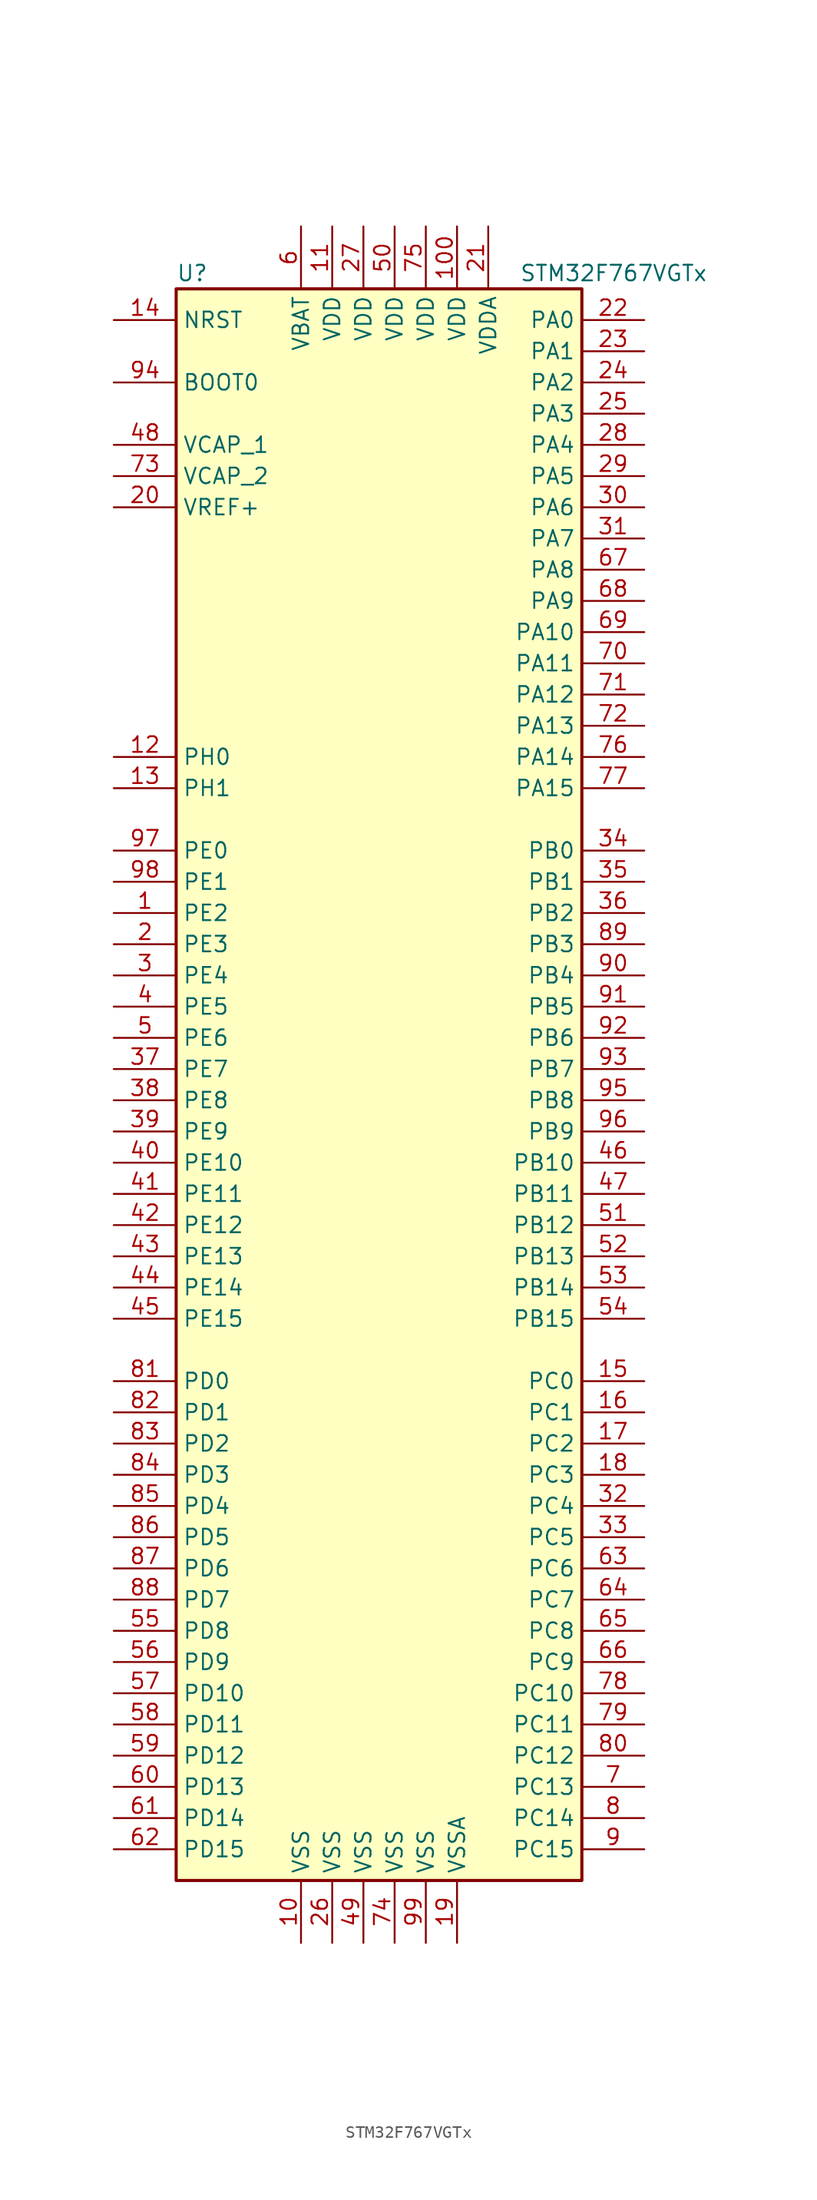
<source format=kicad_sym>
(kicad_symbol_lib
  (version 20201005)
  (generator kicad_symbol_editor)
  (symbol "STM32F767VGTx"
    (property "Reference" "U"
      (at -17.78 64.77 0)
      (effects (font (size 1.27 1.27)) (justify left)))
    (property "Value" "STM32F767VGTx"
      (at 10.16 64.77 0)
      (effects (font (size 1.27 1.27)) (justify left)))
    (symbol "STM32F767VGTx_0_1"
      (rectangle (start -17.78 -66.04) (end 15.24 63.5) (stroke (width 0.254)) (fill (type background))))
    (symbol "STM32F767VGTx_1_1"
      (pin input line (at -22.86 55.88 0) (length 5.08) (name "BOOT0" (effects (font (size 1.27 1.27)))) (number "94" (effects (font (size 1.27 1.27)))))
      (pin input line (at -22.86 60.96 0) (length 5.08) (name "NRST" (effects (font (size 1.27 1.27)))) (number "14" (effects (font (size 1.27 1.27)))))
      (pin bidirectional line (at 20.32 60.96 180) (length 5.08) (name "PA0" (effects (font (size 1.27 1.27)))) (number "22" (effects (font (size 1.27 1.27)))))
      (pin bidirectional line (at 20.32 58.42 180) (length 5.08) (name "PA1" (effects (font (size 1.27 1.27)))) (number "23" (effects (font (size 1.27 1.27)))))
      (pin bidirectional line (at 20.32 35.56 180) (length 5.08) (name "PA10" (effects (font (size 1.27 1.27)))) (number "69" (effects (font (size 1.27 1.27)))))
      (pin bidirectional line (at 20.32 33.02 180) (length 5.08) (name "PA11" (effects (font (size 1.27 1.27)))) (number "70" (effects (font (size 1.27 1.27)))))
      (pin bidirectional line (at 20.32 30.48 180) (length 5.08) (name "PA12" (effects (font (size 1.27 1.27)))) (number "71" (effects (font (size 1.27 1.27)))))
      (pin bidirectional line (at 20.32 27.94 180) (length 5.08) (name "PA13" (effects (font (size 1.27 1.27)))) (number "72" (effects (font (size 1.27 1.27)))))
      (pin bidirectional line (at 20.32 25.4 180) (length 5.08) (name "PA14" (effects (font (size 1.27 1.27)))) (number "76" (effects (font (size 1.27 1.27)))))
      (pin bidirectional line (at 20.32 22.86 180) (length 5.08) (name "PA15" (effects (font (size 1.27 1.27)))) (number "77" (effects (font (size 1.27 1.27)))))
      (pin bidirectional line (at 20.32 55.88 180) (length 5.08) (name "PA2" (effects (font (size 1.27 1.27)))) (number "24" (effects (font (size 1.27 1.27)))))
      (pin bidirectional line (at 20.32 53.34 180) (length 5.08) (name "PA3" (effects (font (size 1.27 1.27)))) (number "25" (effects (font (size 1.27 1.27)))))
      (pin bidirectional line (at 20.32 50.8 180) (length 5.08) (name "PA4" (effects (font (size 1.27 1.27)))) (number "28" (effects (font (size 1.27 1.27)))))
      (pin bidirectional line (at 20.32 48.26 180) (length 5.08) (name "PA5" (effects (font (size 1.27 1.27)))) (number "29" (effects (font (size 1.27 1.27)))))
      (pin bidirectional line (at 20.32 45.72 180) (length 5.08) (name "PA6" (effects (font (size 1.27 1.27)))) (number "30" (effects (font (size 1.27 1.27)))))
      (pin bidirectional line (at 20.32 43.18 180) (length 5.08) (name "PA7" (effects (font (size 1.27 1.27)))) (number "31" (effects (font (size 1.27 1.27)))))
      (pin bidirectional line (at 20.32 40.64 180) (length 5.08) (name "PA8" (effects (font (size 1.27 1.27)))) (number "67" (effects (font (size 1.27 1.27)))))
      (pin bidirectional line (at 20.32 38.1 180) (length 5.08) (name "PA9" (effects (font (size 1.27 1.27)))) (number "68" (effects (font (size 1.27 1.27)))))
      (pin bidirectional line (at 20.32 17.78 180) (length 5.08) (name "PB0" (effects (font (size 1.27 1.27)))) (number "34" (effects (font (size 1.27 1.27)))))
      (pin bidirectional line (at 20.32 15.24 180) (length 5.08) (name "PB1" (effects (font (size 1.27 1.27)))) (number "35" (effects (font (size 1.27 1.27)))))
      (pin bidirectional line (at 20.32 -7.62 180) (length 5.08) (name "PB10" (effects (font (size 1.27 1.27)))) (number "46" (effects (font (size 1.27 1.27)))))
      (pin bidirectional line (at 20.32 -10.16 180) (length 5.08) (name "PB11" (effects (font (size 1.27 1.27)))) (number "47" (effects (font (size 1.27 1.27)))))
      (pin bidirectional line (at 20.32 -12.7 180) (length 5.08) (name "PB12" (effects (font (size 1.27 1.27)))) (number "51" (effects (font (size 1.27 1.27)))))
      (pin bidirectional line (at 20.32 -15.24 180) (length 5.08) (name "PB13" (effects (font (size 1.27 1.27)))) (number "52" (effects (font (size 1.27 1.27)))))
      (pin bidirectional line (at 20.32 -17.78 180) (length 5.08) (name "PB14" (effects (font (size 1.27 1.27)))) (number "53" (effects (font (size 1.27 1.27)))))
      (pin bidirectional line (at 20.32 -20.32 180) (length 5.08) (name "PB15" (effects (font (size 1.27 1.27)))) (number "54" (effects (font (size 1.27 1.27)))))
      (pin bidirectional line (at 20.32 12.7 180) (length 5.08) (name "PB2" (effects (font (size 1.27 1.27)))) (number "36" (effects (font (size 1.27 1.27)))))
      (pin bidirectional line (at 20.32 10.16 180) (length 5.08) (name "PB3" (effects (font (size 1.27 1.27)))) (number "89" (effects (font (size 1.27 1.27)))))
      (pin bidirectional line (at 20.32 7.62 180) (length 5.08) (name "PB4" (effects (font (size 1.27 1.27)))) (number "90" (effects (font (size 1.27 1.27)))))
      (pin bidirectional line (at 20.32 5.08 180) (length 5.08) (name "PB5" (effects (font (size 1.27 1.27)))) (number "91" (effects (font (size 1.27 1.27)))))
      (pin bidirectional line (at 20.32 2.54 180) (length 5.08) (name "PB6" (effects (font (size 1.27 1.27)))) (number "92" (effects (font (size 1.27 1.27)))))
      (pin bidirectional line (at 20.32 0 180) (length 5.08) (name "PB7" (effects (font (size 1.27 1.27)))) (number "93" (effects (font (size 1.27 1.27)))))
      (pin bidirectional line (at 20.32 -2.54 180) (length 5.08) (name "PB8" (effects (font (size 1.27 1.27)))) (number "95" (effects (font (size 1.27 1.27)))))
      (pin bidirectional line (at 20.32 -5.08 180) (length 5.08) (name "PB9" (effects (font (size 1.27 1.27)))) (number "96" (effects (font (size 1.27 1.27)))))
      (pin bidirectional line (at 20.32 -25.4 180) (length 5.08) (name "PC0" (effects (font (size 1.27 1.27)))) (number "15" (effects (font (size 1.27 1.27)))))
      (pin bidirectional line (at 20.32 -27.94 180) (length 5.08) (name "PC1" (effects (font (size 1.27 1.27)))) (number "16" (effects (font (size 1.27 1.27)))))
      (pin bidirectional line (at 20.32 -50.8 180) (length 5.08) (name "PC10" (effects (font (size 1.27 1.27)))) (number "78" (effects (font (size 1.27 1.27)))))
      (pin bidirectional line (at 20.32 -53.34 180) (length 5.08) (name "PC11" (effects (font (size 1.27 1.27)))) (number "79" (effects (font (size 1.27 1.27)))))
      (pin bidirectional line (at 20.32 -55.88 180) (length 5.08) (name "PC12" (effects (font (size 1.27 1.27)))) (number "80" (effects (font (size 1.27 1.27)))))
      (pin bidirectional line (at 20.32 -58.42 180) (length 5.08) (name "PC13" (effects (font (size 1.27 1.27)))) (number "7" (effects (font (size 1.27 1.27)))))
      (pin bidirectional line (at 20.32 -60.96 180) (length 5.08) (name "PC14" (effects (font (size 1.27 1.27)))) (number "8" (effects (font (size 1.27 1.27)))))
      (pin bidirectional line (at 20.32 -63.5 180) (length 5.08) (name "PC15" (effects (font (size 1.27 1.27)))) (number "9" (effects (font (size 1.27 1.27)))))
      (pin bidirectional line (at 20.32 -30.48 180) (length 5.08) (name "PC2" (effects (font (size 1.27 1.27)))) (number "17" (effects (font (size 1.27 1.27)))))
      (pin bidirectional line (at 20.32 -33.02 180) (length 5.08) (name "PC3" (effects (font (size 1.27 1.27)))) (number "18" (effects (font (size 1.27 1.27)))))
      (pin bidirectional line (at 20.32 -35.56 180) (length 5.08) (name "PC4" (effects (font (size 1.27 1.27)))) (number "32" (effects (font (size 1.27 1.27)))))
      (pin bidirectional line (at 20.32 -38.1 180) (length 5.08) (name "PC5" (effects (font (size 1.27 1.27)))) (number "33" (effects (font (size 1.27 1.27)))))
      (pin bidirectional line (at 20.32 -40.64 180) (length 5.08) (name "PC6" (effects (font (size 1.27 1.27)))) (number "63" (effects (font (size 1.27 1.27)))))
      (pin bidirectional line (at 20.32 -43.18 180) (length 5.08) (name "PC7" (effects (font (size 1.27 1.27)))) (number "64" (effects (font (size 1.27 1.27)))))
      (pin bidirectional line (at 20.32 -45.72 180) (length 5.08) (name "PC8" (effects (font (size 1.27 1.27)))) (number "65" (effects (font (size 1.27 1.27)))))
      (pin bidirectional line (at 20.32 -48.26 180) (length 5.08) (name "PC9" (effects (font (size 1.27 1.27)))) (number "66" (effects (font (size 1.27 1.27)))))
      (pin bidirectional line (at -22.86 -25.4 0) (length 5.08) (name "PD0" (effects (font (size 1.27 1.27)))) (number "81" (effects (font (size 1.27 1.27)))))
      (pin bidirectional line (at -22.86 -27.94 0) (length 5.08) (name "PD1" (effects (font (size 1.27 1.27)))) (number "82" (effects (font (size 1.27 1.27)))))
      (pin bidirectional line (at -22.86 -50.8 0) (length 5.08) (name "PD10" (effects (font (size 1.27 1.27)))) (number "57" (effects (font (size 1.27 1.27)))))
      (pin bidirectional line (at -22.86 -53.34 0) (length 5.08) (name "PD11" (effects (font (size 1.27 1.27)))) (number "58" (effects (font (size 1.27 1.27)))))
      (pin bidirectional line (at -22.86 -55.88 0) (length 5.08) (name "PD12" (effects (font (size 1.27 1.27)))) (number "59" (effects (font (size 1.27 1.27)))))
      (pin bidirectional line (at -22.86 -58.42 0) (length 5.08) (name "PD13" (effects (font (size 1.27 1.27)))) (number "60" (effects (font (size 1.27 1.27)))))
      (pin bidirectional line (at -22.86 -60.96 0) (length 5.08) (name "PD14" (effects (font (size 1.27 1.27)))) (number "61" (effects (font (size 1.27 1.27)))))
      (pin bidirectional line (at -22.86 -63.5 0) (length 5.08) (name "PD15" (effects (font (size 1.27 1.27)))) (number "62" (effects (font (size 1.27 1.27)))))
      (pin bidirectional line (at -22.86 -30.48 0) (length 5.08) (name "PD2" (effects (font (size 1.27 1.27)))) (number "83" (effects (font (size 1.27 1.27)))))
      (pin bidirectional line (at -22.86 -33.02 0) (length 5.08) (name "PD3" (effects (font (size 1.27 1.27)))) (number "84" (effects (font (size 1.27 1.27)))))
      (pin bidirectional line (at -22.86 -35.56 0) (length 5.08) (name "PD4" (effects (font (size 1.27 1.27)))) (number "85" (effects (font (size 1.27 1.27)))))
      (pin bidirectional line (at -22.86 -38.1 0) (length 5.08) (name "PD5" (effects (font (size 1.27 1.27)))) (number "86" (effects (font (size 1.27 1.27)))))
      (pin bidirectional line (at -22.86 -40.64 0) (length 5.08) (name "PD6" (effects (font (size 1.27 1.27)))) (number "87" (effects (font (size 1.27 1.27)))))
      (pin bidirectional line (at -22.86 -43.18 0) (length 5.08) (name "PD7" (effects (font (size 1.27 1.27)))) (number "88" (effects (font (size 1.27 1.27)))))
      (pin bidirectional line (at -22.86 -45.72 0) (length 5.08) (name "PD8" (effects (font (size 1.27 1.27)))) (number "55" (effects (font (size 1.27 1.27)))))
      (pin bidirectional line (at -22.86 -48.26 0) (length 5.08) (name "PD9" (effects (font (size 1.27 1.27)))) (number "56" (effects (font (size 1.27 1.27)))))
      (pin bidirectional line (at -22.86 17.78 0) (length 5.08) (name "PE0" (effects (font (size 1.27 1.27)))) (number "97" (effects (font (size 1.27 1.27)))))
      (pin bidirectional line (at -22.86 15.24 0) (length 5.08) (name "PE1" (effects (font (size 1.27 1.27)))) (number "98" (effects (font (size 1.27 1.27)))))
      (pin bidirectional line (at -22.86 -7.62 0) (length 5.08) (name "PE10" (effects (font (size 1.27 1.27)))) (number "40" (effects (font (size 1.27 1.27)))))
      (pin bidirectional line (at -22.86 -10.16 0) (length 5.08) (name "PE11" (effects (font (size 1.27 1.27)))) (number "41" (effects (font (size 1.27 1.27)))))
      (pin bidirectional line (at -22.86 -12.7 0) (length 5.08) (name "PE12" (effects (font (size 1.27 1.27)))) (number "42" (effects (font (size 1.27 1.27)))))
      (pin bidirectional line (at -22.86 -15.24 0) (length 5.08) (name "PE13" (effects (font (size 1.27 1.27)))) (number "43" (effects (font (size 1.27 1.27)))))
      (pin bidirectional line (at -22.86 -17.78 0) (length 5.08) (name "PE14" (effects (font (size 1.27 1.27)))) (number "44" (effects (font (size 1.27 1.27)))))
      (pin bidirectional line (at -22.86 -20.32 0) (length 5.08) (name "PE15" (effects (font (size 1.27 1.27)))) (number "45" (effects (font (size 1.27 1.27)))))
      (pin bidirectional line (at -22.86 12.7 0) (length 5.08) (name "PE2" (effects (font (size 1.27 1.27)))) (number "1" (effects (font (size 1.27 1.27)))))
      (pin bidirectional line (at -22.86 10.16 0) (length 5.08) (name "PE3" (effects (font (size 1.27 1.27)))) (number "2" (effects (font (size 1.27 1.27)))))
      (pin bidirectional line (at -22.86 7.62 0) (length 5.08) (name "PE4" (effects (font (size 1.27 1.27)))) (number "3" (effects (font (size 1.27 1.27)))))
      (pin bidirectional line (at -22.86 5.08 0) (length 5.08) (name "PE5" (effects (font (size 1.27 1.27)))) (number "4" (effects (font (size 1.27 1.27)))))
      (pin bidirectional line (at -22.86 2.54 0) (length 5.08) (name "PE6" (effects (font (size 1.27 1.27)))) (number "5" (effects (font (size 1.27 1.27)))))
      (pin bidirectional line (at -22.86 0 0) (length 5.08) (name "PE7" (effects (font (size 1.27 1.27)))) (number "37" (effects (font (size 1.27 1.27)))))
      (pin bidirectional line (at -22.86 -2.54 0) (length 5.08) (name "PE8" (effects (font (size 1.27 1.27)))) (number "38" (effects (font (size 1.27 1.27)))))
      (pin bidirectional line (at -22.86 -5.08 0) (length 5.08) (name "PE9" (effects (font (size 1.27 1.27)))) (number "39" (effects (font (size 1.27 1.27)))))
      (pin input line (at -22.86 25.4 0) (length 5.08) (name "PH0" (effects (font (size 1.27 1.27)))) (number "12" (effects (font (size 1.27 1.27)))))
      (pin input line (at -22.86 22.86 0) (length 5.08) (name "PH1" (effects (font (size 1.27 1.27)))) (number "13" (effects (font (size 1.27 1.27)))))
      (pin power_in line (at -7.62 68.58 270) (length 5.08) (name "VBAT" (effects (font (size 1.27 1.27)))) (number "6" (effects (font (size 1.27 1.27)))))
      (pin power_in line (at -22.86 50.8 0) (length 5.08) (name "VCAP_1" (effects (font (size 1.27 1.27)))) (number "48" (effects (font (size 1.27 1.27)))))
      (pin power_in line (at -22.86 48.26 0) (length 5.08) (name "VCAP_2" (effects (font (size 1.27 1.27)))) (number "73" (effects (font (size 1.27 1.27)))))
      (pin power_in line (at 5.08 68.58 270) (length 5.08) (name "VDD" (effects (font (size 1.27 1.27)))) (number "100" (effects (font (size 1.27 1.27)))))
      (pin power_in line (at -5.08 68.58 270) (length 5.08) (name "VDD" (effects (font (size 1.27 1.27)))) (number "11" (effects (font (size 1.27 1.27)))))
      (pin power_in line (at -2.54 68.58 270) (length 5.08) (name "VDD" (effects (font (size 1.27 1.27)))) (number "27" (effects (font (size 1.27 1.27)))))
      (pin power_in line (at 0 68.58 270) (length 5.08) (name "VDD" (effects (font (size 1.27 1.27)))) (number "50" (effects (font (size 1.27 1.27)))))
      (pin power_in line (at 2.54 68.58 270) (length 5.08) (name "VDD" (effects (font (size 1.27 1.27)))) (number "75" (effects (font (size 1.27 1.27)))))
      (pin power_in line (at 7.62 68.58 270) (length 5.08) (name "VDDA" (effects (font (size 1.27 1.27)))) (number "21" (effects (font (size 1.27 1.27)))))
      (pin power_in line (at -22.86 45.72 0) (length 5.08) (name "VREF+" (effects (font (size 1.27 1.27)))) (number "20" (effects (font (size 1.27 1.27)))))
      (pin power_in line (at -7.62 -71.12 90) (length 5.08) (name "VSS" (effects (font (size 1.27 1.27)))) (number "10" (effects (font (size 1.27 1.27)))))
      (pin power_in line (at -5.08 -71.12 90) (length 5.08) (name "VSS" (effects (font (size 1.27 1.27)))) (number "26" (effects (font (size 1.27 1.27)))))
      (pin power_in line (at -2.54 -71.12 90) (length 5.08) (name "VSS" (effects (font (size 1.27 1.27)))) (number "49" (effects (font (size 1.27 1.27)))))
      (pin power_in line (at 0 -71.12 90) (length 5.08) (name "VSS" (effects (font (size 1.27 1.27)))) (number "74" (effects (font (size 1.27 1.27)))))
      (pin power_in line (at 2.54 -71.12 90) (length 5.08) (name "VSS" (effects (font (size 1.27 1.27)))) (number "99" (effects (font (size 1.27 1.27)))))
      (pin power_in line (at 5.08 -71.12 90) (length 5.08) (name "VSSA" (effects (font (size 1.27 1.27)))) (number "19" (effects (font (size 1.27 1.27))))))))
</source>
